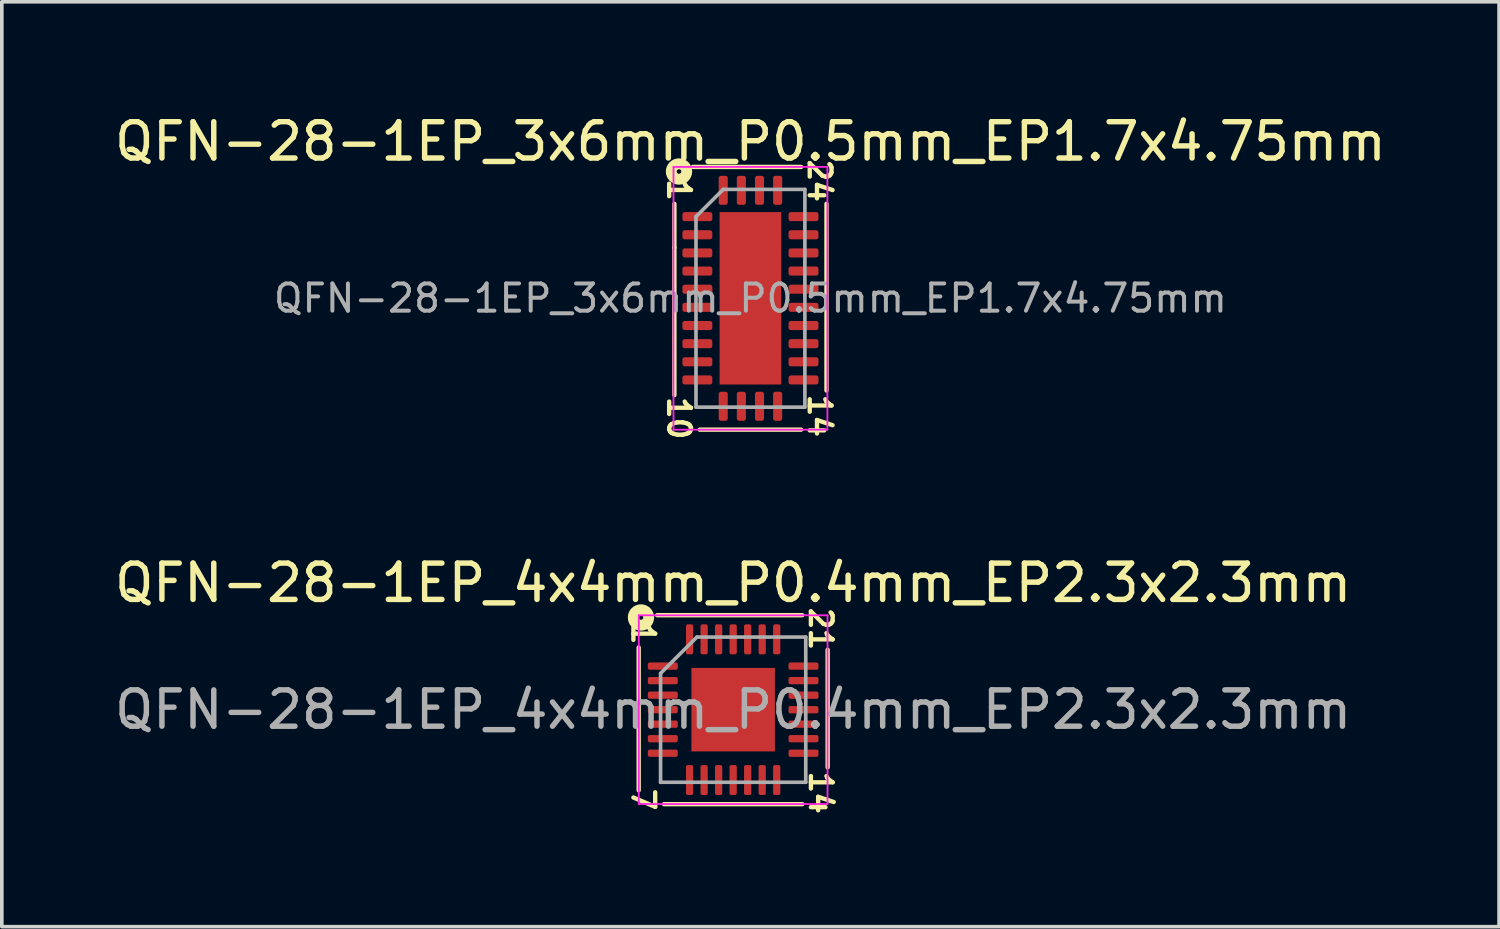
<source format=kicad_pcb>
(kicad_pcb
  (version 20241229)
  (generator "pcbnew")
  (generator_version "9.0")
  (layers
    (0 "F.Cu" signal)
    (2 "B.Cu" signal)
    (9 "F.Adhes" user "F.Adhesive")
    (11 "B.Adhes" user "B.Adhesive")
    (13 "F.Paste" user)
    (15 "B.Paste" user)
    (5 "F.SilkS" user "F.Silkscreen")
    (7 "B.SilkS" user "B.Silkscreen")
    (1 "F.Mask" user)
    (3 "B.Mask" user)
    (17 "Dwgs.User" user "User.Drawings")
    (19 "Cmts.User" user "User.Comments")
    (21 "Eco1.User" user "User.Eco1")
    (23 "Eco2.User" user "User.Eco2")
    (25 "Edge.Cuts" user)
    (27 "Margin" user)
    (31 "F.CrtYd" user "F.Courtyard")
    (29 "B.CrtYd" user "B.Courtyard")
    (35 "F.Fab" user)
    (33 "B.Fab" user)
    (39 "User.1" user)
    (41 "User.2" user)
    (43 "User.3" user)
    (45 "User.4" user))
  (footprint "QFN-28-1EP_3x6mm_P0.5mm_EP1.7x4.75mm"
    (layer "F.Cu")
    (at 17.625 5.168)
    (property "Reference" "QFN-28-1EP_3x6mm_P0.5mm_EP1.7x4.75mm" (at 0 -4.32 0) (layer "F.SilkS") (effects (font (size 1 1) (thickness 0.15))))
    (attr smd)
    (fp_line (start -2.095 -2.603) (end -2.095 -1.397) (stroke (width 0.12) (type solid)) (layer "F.SilkS"))
    (fp_line (start -2.095 -1.397) (end -2.095 2.667) (stroke (width 0.12) (type solid)) (layer "F.SilkS"))
    (fp_line (start -1.397 3.619) (end 1.397 3.619) (stroke (width 0.12) (type solid)) (layer "F.SilkS"))
    (fp_line (start 1.397 -3.619) (end -1.587 -3.619) (stroke (width 0.12) (type solid)) (layer "F.SilkS"))
    (fp_line (start 2.095 2.54) (end 2.095 -2.603) (stroke (width 0.12) (type solid)) (layer "F.SilkS"))
    (fp_circle (center -1.968 -3.493) (end -1.905 -3.493) (stroke (width 0.3) (type solid)) (fill no) (layer "F.SilkS"))
    (fp_line (start -2.12 -3.62) (end -2.12 3.62) (stroke (width 0.05) (type solid)) (layer "F.CrtYd"))
    (fp_line (start -2.12 3.62) (end 2.12 3.62) (stroke (width 0.05) (type solid)) (layer "F.CrtYd"))
    (fp_line (start 2.12 -3.62) (end -2.12 -3.62) (stroke (width 0.05) (type solid)) (layer "F.CrtYd"))
    (fp_line (start 2.12 3.62) (end 2.12 -3.62) (stroke (width 0.05) (type solid)) (layer "F.CrtYd"))
    (fp_line (start -1.5 -2.25) (end -0.75 -3) (stroke (width 0.1) (type solid)) (layer "F.Fab"))
    (fp_line (start -1.5 3) (end -1.5 -2.25) (stroke (width 0.1) (type solid)) (layer "F.Fab"))
    (fp_line (start -0.75 -3) (end 1.5 -3) (stroke (width 0.1) (type solid)) (layer "F.Fab"))
    (fp_line (start 1.5 -3) (end 1.5 3) (stroke (width 0.1) (type solid)) (layer "F.Fab"))
    (fp_line (start 1.5 3) (end -1.5 3) (stroke (width 0.1) (type solid)) (layer "F.Fab"))
    (fp_text user "10" (at -1.968 3.302 270) (unlocked yes) (layer "F.SilkS") (effects (font (size 0.6 0.6) (thickness 0.12))))
    (fp_text user "1" (at -1.968 -2.985 270) (unlocked yes) (layer "F.SilkS") (effects (font (size 0.6 0.6) (thickness 0.12))))
    (fp_text user "24" (at 1.905 -3.239 270) (unlocked yes) (layer "F.SilkS") (effects (font (size 0.6 0.6) (thickness 0.12))))
    (fp_text user "14" (at 1.905 3.239 270) (unlocked yes) (layer "F.SilkS") (effects (font (size 0.6 0.6) (thickness 0.12))))
    (fp_text user "${REFERENCE}" (at 0 0 0) (layer "F.Fab") (effects (font (size 0.75 0.75) (thickness 0.11))))
    (pad "" smd roundrect (at -0.425 -1.785) (size 0.69 0.96) (layers "F.Paste") (roundrect_rratio 0.25))
    (pad "" smd roundrect (at -0.425 -0.595) (size 0.69 0.96) (layers "F.Paste") (roundrect_rratio 0.25))
    (pad "" smd roundrect (at -0.425 0.595) (size 0.69 0.96) (layers "F.Paste") (roundrect_rratio 0.25))
    (pad "" smd roundrect (at -0.425 1.785) (size 0.69 0.96) (layers "F.Paste") (roundrect_rratio 0.25))
    (pad "" smd roundrect (at 0.425 -1.785) (size 0.69 0.96) (layers "F.Paste") (roundrect_rratio 0.25))
    (pad "" smd roundrect (at 0.425 -0.595) (size 0.69 0.96) (layers "F.Paste") (roundrect_rratio 0.25))
    (pad "" smd roundrect (at 0.425 0.595) (size 0.69 0.96) (layers "F.Paste") (roundrect_rratio 0.25))
    (pad "" smd roundrect (at 0.425 1.785) (size 0.69 0.96) (layers "F.Paste") (roundrect_rratio 0.25))
    (pad "1" smd roundrect (at -1.462 -2.25) (size 0.825 0.25) (layers "F.Cu" "F.Mask" "F.Paste") (roundrect_rratio 0.25))
    (pad "2" smd roundrect (at -1.462 -1.75) (size 0.825 0.25) (layers "F.Cu" "F.Mask" "F.Paste") (roundrect_rratio 0.25))
    (pad "3" smd roundrect (at -1.462 -1.25) (size 0.825 0.25) (layers "F.Cu" "F.Mask" "F.Paste") (roundrect_rratio 0.25))
    (pad "4" smd roundrect (at -1.462 -0.75) (size 0.825 0.25) (layers "F.Cu" "F.Mask" "F.Paste") (roundrect_rratio 0.25))
    (pad "5" smd roundrect (at -1.462 -0.25) (size 0.825 0.25) (layers "F.Cu" "F.Mask" "F.Paste") (roundrect_rratio 0.25))
    (pad "6" smd roundrect (at -1.462 0.25) (size 0.825 0.25) (layers "F.Cu" "F.Mask" "F.Paste") (roundrect_rratio 0.25))
    (pad "7" smd roundrect (at -1.462 0.75) (size 0.825 0.25) (layers "F.Cu" "F.Mask" "F.Paste") (roundrect_rratio 0.25))
    (pad "8" smd roundrect (at -1.462 1.25) (size 0.825 0.25) (layers "F.Cu" "F.Mask" "F.Paste") (roundrect_rratio 0.25))
    (pad "9" smd roundrect (at -1.462 1.75) (size 0.825 0.25) (layers "F.Cu" "F.Mask" "F.Paste") (roundrect_rratio 0.25))
    (pad "10" smd roundrect (at -1.462 2.25) (size 0.825 0.25) (layers "F.Cu" "F.Mask" "F.Paste") (roundrect_rratio 0.25))
    (pad "11" smd roundrect (at -0.75 2.975) (size 0.25 0.8) (layers "F.Cu" "F.Mask" "F.Paste") (roundrect_rratio 0.25))
    (pad "12" smd roundrect (at -0.25 2.975) (size 0.25 0.8) (layers "F.Cu" "F.Mask" "F.Paste") (roundrect_rratio 0.25))
    (pad "13" smd roundrect (at 0.25 2.975) (size 0.25 0.8) (layers "F.Cu" "F.Mask" "F.Paste") (roundrect_rratio 0.25))
    (pad "14" smd roundrect (at 0.75 2.975) (size 0.25 0.8) (layers "F.Cu" "F.Mask" "F.Paste") (roundrect_rratio 0.25))
    (pad "15" smd roundrect (at 1.462 2.25) (size 0.825 0.25) (layers "F.Cu" "F.Mask" "F.Paste") (roundrect_rratio 0.25))
    (pad "16" smd roundrect (at 1.462 1.75) (size 0.825 0.25) (layers "F.Cu" "F.Mask" "F.Paste") (roundrect_rratio 0.25))
    (pad "17" smd roundrect (at 1.462 1.25) (size 0.825 0.25) (layers "F.Cu" "F.Mask" "F.Paste") (roundrect_rratio 0.25))
    (pad "18" smd roundrect (at 1.462 0.75) (size 0.825 0.25) (layers "F.Cu" "F.Mask" "F.Paste") (roundrect_rratio 0.25))
    (pad "19" smd roundrect (at 1.462 0.25) (size 0.825 0.25) (layers "F.Cu" "F.Mask" "F.Paste") (roundrect_rratio 0.25))
    (pad "20" smd roundrect (at 1.462 -0.25) (size 0.825 0.25) (layers "F.Cu" "F.Mask" "F.Paste") (roundrect_rratio 0.25))
    (pad "21" smd roundrect (at 1.462 -0.75) (size 0.825 0.25) (layers "F.Cu" "F.Mask" "F.Paste") (roundrect_rratio 0.25))
    (pad "22" smd roundrect (at 1.462 -1.25) (size 0.825 0.25) (layers "F.Cu" "F.Mask" "F.Paste") (roundrect_rratio 0.25))
    (pad "23" smd roundrect (at 1.462 -1.75) (size 0.825 0.25) (layers "F.Cu" "F.Mask" "F.Paste") (roundrect_rratio 0.25))
    (pad "24" smd roundrect (at 1.462 -2.25) (size 0.825 0.25) (layers "F.Cu" "F.Mask" "F.Paste") (roundrect_rratio 0.25))
    (pad "25" smd roundrect (at 0.75 -2.975) (size 0.25 0.8) (layers "F.Cu" "F.Mask" "F.Paste") (roundrect_rratio 0.25))
    (pad "26" smd roundrect (at 0.25 -2.975) (size 0.25 0.8) (layers "F.Cu" "F.Mask" "F.Paste") (roundrect_rratio 0.25))
    (pad "27" smd roundrect (at -0.25 -2.975) (size 0.25 0.8) (layers "F.Cu" "F.Mask" "F.Paste") (roundrect_rratio 0.25))
    (pad "28" smd roundrect (at -0.75 -2.975) (size 0.25 0.8) (layers "F.Cu" "F.Mask" "F.Paste") (roundrect_rratio 0.25))
    (pad "29" smd rect (at 0 0) (size 1.7 4.75) (layers "F.Cu" "F.Mask")))
  (footprint "QFN-28-1EP_4x4mm_P0.4mm_EP2.3x2.3mm"
    (layer "F.Cu")
    (at 17.149 16.502)
    (property "Reference" "QFN-28-1EP_4x4mm_P0.4mm_EP2.3x2.3mm" (at 0 -3.493 0) (layer "F.SilkS") (effects (font (size 1 1) (thickness 0.15))))
    (attr smd)
    (fp_line (start -2.603 -1.714) (end -2.603 2.223) (stroke (width 0.12) (type solid)) (layer "F.SilkS"))
    (fp_line (start -1.905 2.603) (end 1.905 2.603) (stroke (width 0.12) (type solid)) (layer "F.SilkS"))
    (fp_line (start 1.905 -2.603) (end -2.095 -2.603) (stroke (width 0.12) (type solid)) (layer "F.SilkS"))
    (fp_line (start 2.603 1.587) (end 2.603 -1.651) (stroke (width 0.12) (type solid)) (layer "F.SilkS"))
    (fp_circle (center -2.54 -2.54) (end -2.477 -2.54) (stroke (width 0.3) (type solid)) (fill no) (layer "F.SilkS"))
    (fp_line (start -2.6 -2.6) (end -2.6 2.6) (stroke (width 0.05) (type solid)) (layer "F.CrtYd"))
    (fp_line (start -2.6 2.6) (end 2.6 2.6) (stroke (width 0.05) (type solid)) (layer "F.CrtYd"))
    (fp_line (start 2.6 -2.6) (end -2.6 -2.6) (stroke (width 0.05) (type solid)) (layer "F.CrtYd"))
    (fp_line (start 2.6 2.6) (end 2.6 -2.6) (stroke (width 0.05) (type solid)) (layer "F.CrtYd"))
    (fp_line (start -2 -1) (end -1 -2) (stroke (width 0.1) (type solid)) (layer "F.Fab"))
    (fp_line (start -2 2) (end -2 -1) (stroke (width 0.1) (type solid)) (layer "F.Fab"))
    (fp_line (start -1 -2) (end 2 -2) (stroke (width 0.1) (type solid)) (layer "F.Fab"))
    (fp_line (start 2 -2) (end 2 2) (stroke (width 0.1) (type solid)) (layer "F.Fab"))
    (fp_line (start 2 2) (end -2 2) (stroke (width 0.1) (type solid)) (layer "F.Fab"))
    (fp_text user "7" (at -2.477 2.477 270) (unlocked yes) (layer "F.SilkS") (effects (font (size 0.6 0.6) (thickness 0.12))))
    (fp_text user "21" (at 2.413 -2.223 270) (unlocked yes) (layer "F.SilkS") (effects (font (size 0.6 0.6) (thickness 0.12))))
    (fp_text user "1" (at -2.477 -2.095 270) (unlocked yes) (layer "F.SilkS") (effects (font (size 0.6 0.6) (thickness 0.12))))
    (fp_text user "14" (at 2.413 2.286 270) (unlocked yes) (layer "F.SilkS") (effects (font (size 0.6 0.6) (thickness 0.12))))
    (fp_text user "${REFERENCE}" (at 0 0 0) (layer "F.Fab") (effects (font (size 1 1) (thickness 0.15))))
    (pad "" smd roundrect (at -0.575 -0.575) (size 0.93 0.93) (layers "F.Paste") (roundrect_rratio 0.25))
    (pad "" smd roundrect (at -0.575 0.575) (size 0.93 0.93) (layers "F.Paste") (roundrect_rratio 0.25))
    (pad "" smd roundrect (at 0.575 -0.575) (size 0.93 0.93) (layers "F.Paste") (roundrect_rratio 0.25))
    (pad "" smd roundrect (at 0.575 0.575) (size 0.93 0.93) (layers "F.Paste") (roundrect_rratio 0.25))
    (pad "1" smd roundrect (at -1.938 -1.2) (size 0.825 0.2) (layers "F.Cu" "F.Mask" "F.Paste") (roundrect_rratio 0.25))
    (pad "2" smd roundrect (at -1.938 -0.8) (size 0.825 0.2) (layers "F.Cu" "F.Mask" "F.Paste") (roundrect_rratio 0.25))
    (pad "3" smd roundrect (at -1.938 -0.4) (size 0.825 0.2) (layers "F.Cu" "F.Mask" "F.Paste") (roundrect_rratio 0.25))
    (pad "4" smd roundrect (at -1.938 0) (size 0.825 0.2) (layers "F.Cu" "F.Mask" "F.Paste") (roundrect_rratio 0.25))
    (pad "5" smd roundrect (at -1.938 0.4) (size 0.825 0.2) (layers "F.Cu" "F.Mask" "F.Paste") (roundrect_rratio 0.25))
    (pad "6" smd roundrect (at -1.938 0.8) (size 0.825 0.2) (layers "F.Cu" "F.Mask" "F.Paste") (roundrect_rratio 0.25))
    (pad "7" smd roundrect (at -1.938 1.2) (size 0.825 0.2) (layers "F.Cu" "F.Mask" "F.Paste") (roundrect_rratio 0.25))
    (pad "8" smd roundrect (at -1.2 1.938) (size 0.2 0.825) (layers "F.Cu" "F.Mask" "F.Paste") (roundrect_rratio 0.25))
    (pad "9" smd roundrect (at -0.8 1.938) (size 0.2 0.825) (layers "F.Cu" "F.Mask" "F.Paste") (roundrect_rratio 0.25))
    (pad "10" smd roundrect (at -0.4 1.938) (size 0.2 0.825) (layers "F.Cu" "F.Mask" "F.Paste") (roundrect_rratio 0.25))
    (pad "11" smd roundrect (at 0 1.938) (size 0.2 0.825) (layers "F.Cu" "F.Mask" "F.Paste") (roundrect_rratio 0.25))
    (pad "12" smd roundrect (at 0.4 1.938) (size 0.2 0.825) (layers "F.Cu" "F.Mask" "F.Paste") (roundrect_rratio 0.25))
    (pad "13" smd roundrect (at 0.8 1.938) (size 0.2 0.825) (layers "F.Cu" "F.Mask" "F.Paste") (roundrect_rratio 0.25))
    (pad "14" smd roundrect (at 1.2 1.938) (size 0.2 0.825) (layers "F.Cu" "F.Mask" "F.Paste") (roundrect_rratio 0.25))
    (pad "15" smd roundrect (at 1.938 1.2) (size 0.825 0.2) (layers "F.Cu" "F.Mask" "F.Paste") (roundrect_rratio 0.25))
    (pad "16" smd roundrect (at 1.938 0.8) (size 0.825 0.2) (layers "F.Cu" "F.Mask" "F.Paste") (roundrect_rratio 0.25))
    (pad "17" smd roundrect (at 1.938 0.4) (size 0.825 0.2) (layers "F.Cu" "F.Mask" "F.Paste") (roundrect_rratio 0.25))
    (pad "18" smd roundrect (at 1.938 0) (size 0.825 0.2) (layers "F.Cu" "F.Mask" "F.Paste") (roundrect_rratio 0.25))
    (pad "19" smd roundrect (at 1.938 -0.4) (size 0.825 0.2) (layers "F.Cu" "F.Mask" "F.Paste") (roundrect_rratio 0.25))
    (pad "20" smd roundrect (at 1.938 -0.8) (size 0.825 0.2) (layers "F.Cu" "F.Mask" "F.Paste") (roundrect_rratio 0.25))
    (pad "21" smd roundrect (at 1.938 -1.2) (size 0.825 0.2) (layers "F.Cu" "F.Mask" "F.Paste") (roundrect_rratio 0.25))
    (pad "22" smd roundrect (at 1.2 -1.938) (size 0.2 0.825) (layers "F.Cu" "F.Mask" "F.Paste") (roundrect_rratio 0.25))
    (pad "23" smd roundrect (at 0.8 -1.938) (size 0.2 0.825) (layers "F.Cu" "F.Mask" "F.Paste") (roundrect_rratio 0.25))
    (pad "24" smd roundrect (at 0.4 -1.938) (size 0.2 0.825) (layers "F.Cu" "F.Mask" "F.Paste") (roundrect_rratio 0.25))
    (pad "25" smd roundrect (at 0 -1.938) (size 0.2 0.825) (layers "F.Cu" "F.Mask" "F.Paste") (roundrect_rratio 0.25))
    (pad "26" smd roundrect (at -0.4 -1.938) (size 0.2 0.825) (layers "F.Cu" "F.Mask" "F.Paste") (roundrect_rratio 0.25))
    (pad "27" smd roundrect (at -0.8 -1.938) (size 0.2 0.825) (layers "F.Cu" "F.Mask" "F.Paste") (roundrect_rratio 0.25))
    (pad "28" smd roundrect (at -1.2 -1.938) (size 0.2 0.825) (layers "F.Cu" "F.Mask" "F.Paste") (roundrect_rratio 0.25))
    (pad "29" smd rect (at 0 0) (size 2.3 2.3) (layers "F.Cu" "F.Mask")))
  (gr_rect
    (start -3 -3)
    (end 38.25 22.48)
    (stroke (width 0.1) (type default))
    (fill no)
    (layer "Edge.Cuts")))
</source>
